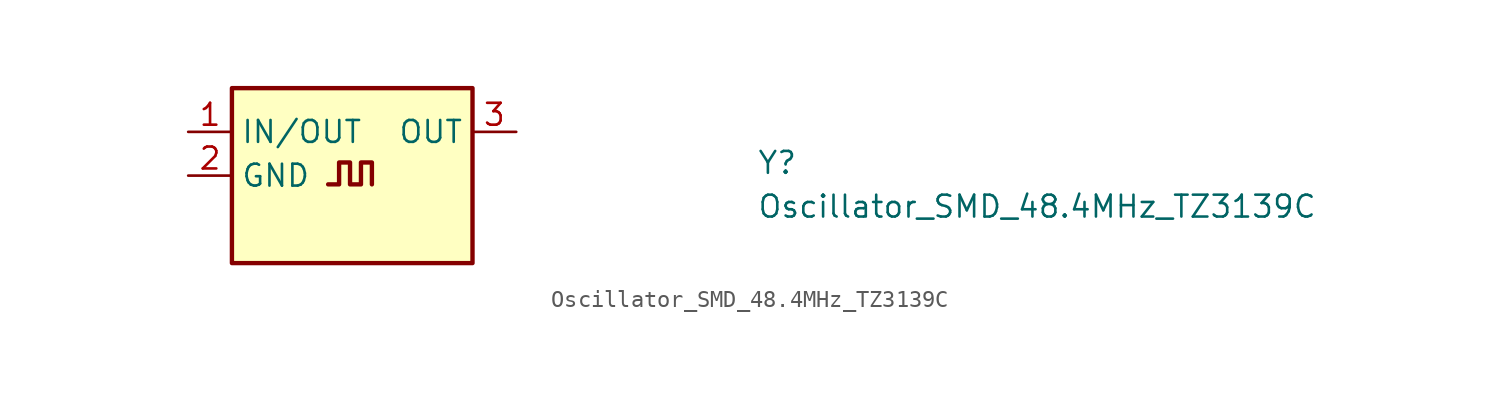
<source format=kicad_sym>
(kicad_symbol_lib
  (version 20211014)
  (generator kicad_symbol_editor)
  (symbol "Oscillator_SMD_48.4MHz_TZ3139C"
    (property "Reference" "Y"
      (at 33.02 -2.54 0)
      (effects (font (size 1.27 1.27) (thickness 0.15)) (justify left bottom)))
    (property "Value" "Oscillator_SMD_48.4MHz_TZ3139C"
      (at 33.02 -5.08 0)
      (effects (font (size 1.27 1.27) (thickness 0.15)) (justify left bottom)))
    (symbol "Oscillator_SMD_48.4MHz_TZ3139C_1_1"
      (polyline (pts (xy 8.128 -3.048) (xy 8.763 -3.048) (xy 8.763 -1.778) (xy 9.398 -1.778) (xy 9.398 -3.048) (xy 10.033 -3.048) (xy 10.033 -1.778) (xy 10.668 -1.778) (xy 10.668 -3.048)) (stroke (width 0.254) (type default) (color 0 0 0 0)) (fill (type background)))
      (rectangle (start 2.54 2.54) (end 16.51 -7.62) (stroke (width 0.254) (type default) (color 0 0 0 0)) (fill (type background)))
      (pin power_in line (at 0 0 0) (length 2.54) (name "IN/OUT" (effects (font (size 1.27 1.27)))) (number "1" (effects (font (size 1.27 1.27)))))
      (pin power_in line (at 0 -2.54 0) (length 2.54) (name "GND" (effects (font (size 1.27 1.27)))) (number "2" (effects (font (size 1.27 1.27)))))
      (pin output line (at 19.05 0 180) (length 2.54) (name "OUT" (effects (font (size 1.27 1.27)))) (number "3" (effects (font (size 1.27 1.27)))))
      (pin passive line (at 0 -2.54 0) (length 2.54) hide (name "GND" (effects (font (size 1.27 1.27)))) (number "4" (effects (font (size 1.27 1.27))))))))
</source>
